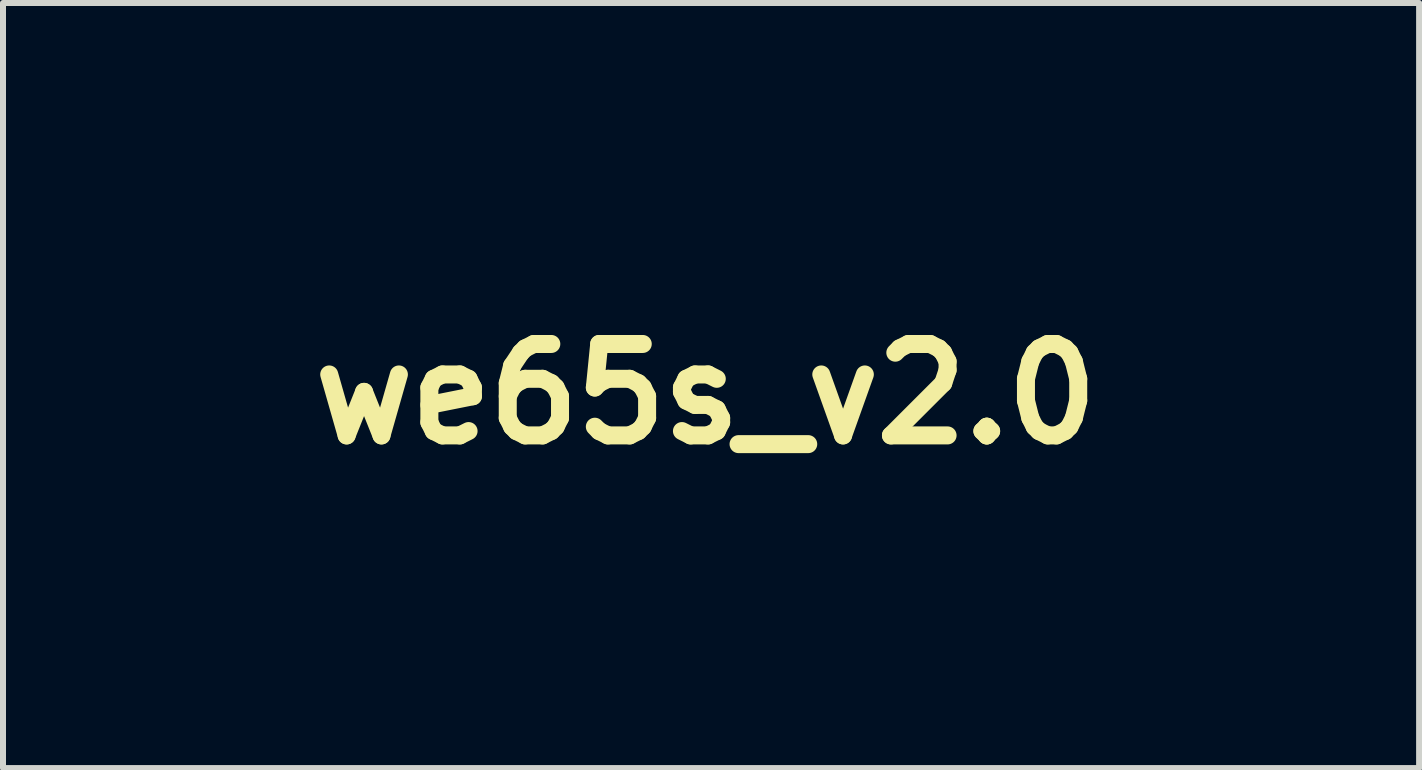
<source format=kicad_pcb>
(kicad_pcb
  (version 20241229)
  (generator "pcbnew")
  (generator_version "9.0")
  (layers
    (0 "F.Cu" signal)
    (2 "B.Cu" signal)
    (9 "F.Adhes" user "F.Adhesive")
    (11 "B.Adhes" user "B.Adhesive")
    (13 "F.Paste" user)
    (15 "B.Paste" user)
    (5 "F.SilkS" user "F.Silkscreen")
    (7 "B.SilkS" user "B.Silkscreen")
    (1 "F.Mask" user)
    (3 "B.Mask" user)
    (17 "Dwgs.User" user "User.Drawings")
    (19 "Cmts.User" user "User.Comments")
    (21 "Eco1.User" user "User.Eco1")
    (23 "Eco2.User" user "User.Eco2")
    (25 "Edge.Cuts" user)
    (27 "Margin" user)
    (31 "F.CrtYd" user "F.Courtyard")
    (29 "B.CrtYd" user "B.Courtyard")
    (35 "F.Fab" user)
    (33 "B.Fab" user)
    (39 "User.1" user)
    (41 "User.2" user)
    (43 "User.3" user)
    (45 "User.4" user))
  (footprint "we65s_v2.0"
    (layer "F.Cu")
    (at 8.714 3.517)
    (property "Reference" "we65s_v2.0" (at 0 0 0) (layer "F.SilkS") (effects (font (size 1.524 1.524) (thickness 0.3))))
    (attr through_hole)
    (fp_poly (pts (xy 5.361 1.966) (xy 5.548 1.966) (xy 5.548 2.247) (xy 4.846 2.247) (xy 4.846 1.966) (xy 5.058 1.966) (xy 5.051 1.691) (xy 5.045 1.416) (xy 4.869 1.402) (xy 4.869 1.147) (xy 5.361 1.147) (xy 5.361 1.966)) (stroke (width 0.01) (type solid)) (fill yes) (layer "F.Mask"))
    (fp_poly (pts (xy -6.382 1.962) (xy -6.327 2.011) (xy -6.301 2.077) (xy -6.306 2.149) (xy -6.349 2.214) (xy -6.359 2.222) (xy -6.433 2.264) (xy -6.5 2.261) (xy -6.568 2.213) (xy -6.568 2.213) (xy -6.615 2.146) (xy -6.618 2.079) (xy -6.577 2.005) (xy -6.577 2.005) (xy -6.512 1.953) (xy -6.459 1.943) (xy -6.382 1.962)) (stroke (width 0.01) (type solid)) (fill yes) (layer "F.Mask"))
    (fp_poly (pts (xy 1.232 -1.663) (xy 1.267 -1.654) (xy 1.415 -1.589) (xy 1.535 -1.493) (xy 1.625 -1.372) (xy 1.684 -1.234) (xy 1.709 -1.087) (xy 1.7 -0.936) (xy 1.655 -0.789) (xy 1.572 -0.654) (xy 1.499 -0.577) (xy 1.395 -0.496) (xy 1.293 -0.447) (xy 1.174 -0.425) (xy 1.082 -0.421) (xy 0.971 -0.427) (xy 0.882 -0.447) (xy 0.801 -0.482) (xy 0.659 -0.577) (xy 0.553 -0.7) (xy 0.485 -0.848) (xy 0.459 -1.016) (xy 0.459 -1.03) (xy 0.469 -1.183) (xy 0.506 -1.308) (xy 0.575 -1.42) (xy 0.617 -1.469) (xy 0.751 -1.584) (xy 0.9 -1.656) (xy 1.061 -1.682) (xy 1.232 -1.663)) (stroke (width 0.01) (type solid)) (fill yes) (layer "F.Mask"))
    (fp_poly (pts (xy 8.366 1.432) (xy 8.474 1.488) (xy 8.555 1.574) (xy 8.564 1.589) (xy 8.586 1.634) (xy 8.601 1.682) (xy 8.61 1.744) (xy 8.614 1.83) (xy 8.615 1.952) (xy 8.615 1.964) (xy 8.615 2.247) (xy 8.311 2.247) (xy 8.311 1.995) (xy 8.309 1.868) (xy 8.301 1.781) (xy 8.286 1.727) (xy 8.26 1.698) (xy 8.22 1.687) (xy 8.194 1.686) (xy 8.146 1.69) (xy 8.113 1.71) (xy 8.092 1.75) (xy 8.081 1.82) (xy 8.077 1.925) (xy 8.076 1.995) (xy 8.076 2.247) (xy 7.768 2.247) (xy 7.776 1.945) (xy 7.782 1.798) (xy 7.793 1.69) (xy 7.814 1.611) (xy 7.847 1.553) (xy 7.897 1.507) (xy 7.967 1.466) (xy 7.983 1.457) (xy 8.111 1.414) (xy 8.242 1.406) (xy 8.366 1.432)) (stroke (width 0.01) (type solid)) (fill yes) (layer "F.Mask"))
    (fp_poly (pts (xy -7.07 1.152) (xy -6.959 1.169) (xy -6.877 1.202) (xy -6.817 1.254) (xy -6.771 1.328) (xy -6.763 1.344) (xy -6.727 1.464) (xy -6.732 1.573) (xy -6.78 1.677) (xy -6.873 1.776) (xy -6.97 1.849) (xy -7.128 1.955) (xy -6.719 1.968) (xy -6.719 2.247) (xy -7.017 2.246) (xy -7.135 2.244) (xy -7.239 2.239) (xy -7.319 2.233) (xy -7.364 2.225) (xy -7.365 2.224) (xy -7.436 2.174) (xy -7.489 2.097) (xy -7.514 2.011) (xy -7.515 2) (xy -7.507 1.943) (xy -7.479 1.887) (xy -7.426 1.828) (xy -7.342 1.757) (xy -7.234 1.678) (xy -7.128 1.595) (xy -7.066 1.528) (xy -7.049 1.476) (xy -7.076 1.438) (xy -7.147 1.415) (xy -7.263 1.405) (xy -7.297 1.405) (xy -7.468 1.405) (xy -7.468 1.147) (xy -7.219 1.147) (xy -7.07 1.152)) (stroke (width 0.01) (type solid)) (fill yes) (layer "F.Mask"))
    (fp_poly (pts (xy 2.411 1.152) (xy 2.523 1.169) (xy 2.604 1.202) (xy 2.664 1.254) (xy 2.711 1.328) (xy 2.718 1.344) (xy 2.755 1.464) (xy 2.749 1.573) (xy 2.701 1.677) (xy 2.608 1.776) (xy 2.511 1.849) (xy 2.353 1.955) (xy 2.762 1.968) (xy 2.762 2.247) (xy 2.464 2.246) (xy 2.346 2.244) (xy 2.242 2.239) (xy 2.162 2.233) (xy 2.118 2.225) (xy 2.116 2.224) (xy 2.046 2.174) (xy 1.992 2.097) (xy 1.967 2.011) (xy 1.966 2) (xy 1.975 1.943) (xy 2.002 1.887) (xy 2.055 1.828) (xy 2.139 1.757) (xy 2.247 1.678) (xy 2.353 1.595) (xy 2.415 1.528) (xy 2.432 1.476) (xy 2.406 1.438) (xy 2.334 1.415) (xy 2.218 1.405) (xy 2.184 1.405) (xy 2.013 1.405) (xy 2.013 1.147) (xy 2.262 1.147) (xy 2.411 1.152)) (stroke (width 0.01) (type solid)) (fill yes) (layer "F.Mask"))
    (fp_poly (pts (xy 4.378 1.152) (xy 4.489 1.169) (xy 4.571 1.202) (xy 4.63 1.254) (xy 4.677 1.328) (xy 4.684 1.344) (xy 4.721 1.464) (xy 4.716 1.573) (xy 4.668 1.677) (xy 4.575 1.776) (xy 4.477 1.849) (xy 4.319 1.955) (xy 4.524 1.962) (xy 4.729 1.968) (xy 4.729 2.247) (xy 4.43 2.246) (xy 4.313 2.244) (xy 4.208 2.239) (xy 4.129 2.233) (xy 4.084 2.225) (xy 4.082 2.224) (xy 4.012 2.174) (xy 3.958 2.097) (xy 3.933 2.011) (xy 3.933 2) (xy 3.941 1.943) (xy 3.969 1.887) (xy 4.022 1.828) (xy 4.105 1.757) (xy 4.214 1.678) (xy 4.32 1.595) (xy 4.381 1.528) (xy 4.399 1.476) (xy 4.372 1.438) (xy 4.301 1.415) (xy 4.185 1.405) (xy 4.151 1.405) (xy 3.98 1.405) (xy 3.98 1.147) (xy 4.229 1.147) (xy 4.378 1.152)) (stroke (width 0.01) (type solid)) (fill yes) (layer "F.Mask"))
    (fp_poly (pts (xy 6.597 1.773) (xy 6.595 1.962) (xy 6.592 2.111) (xy 6.589 2.224) (xy 6.584 2.307) (xy 6.578 2.367) (xy 6.57 2.409) (xy 6.56 2.439) (xy 6.547 2.463) (xy 6.544 2.467) (xy 6.467 2.542) (xy 6.367 2.585) (xy 6.256 2.595) (xy 6.149 2.569) (xy 6.117 2.553) (xy 6.05 2.501) (xy 6.011 2.438) (xy 5.995 2.352) (xy 5.993 2.291) (xy 5.999 2.254) (xy 6.214 2.254) (xy 6.227 2.298) (xy 6.261 2.314) (xy 6.27 2.313) (xy 6.295 2.295) (xy 6.309 2.249) (xy 6.316 2.179) (xy 6.319 2.107) (xy 6.315 2.075) (xy 6.302 2.072) (xy 6.285 2.084) (xy 6.243 2.135) (xy 6.219 2.196) (xy 6.214 2.254) (xy 5.999 2.254) (xy 6.015 2.139) (xy 6.083 2) (xy 6.194 1.876) (xy 6.297 1.785) (xy 6.297 1.405) (xy 6.087 1.405) (xy 6.087 1.147) (xy 6.604 1.147) (xy 6.597 1.773)) (stroke (width 0.01) (type solid)) (fill yes) (layer "F.Mask"))
    (fp_poly (pts (xy 7.275 1.416) (xy 7.401 1.457) (xy 7.507 1.528) (xy 7.585 1.624) (xy 7.607 1.669) (xy 7.617 1.72) (xy 7.625 1.804) (xy 7.63 1.909) (xy 7.632 1.991) (xy 7.632 2.247) (xy 7.491 2.247) (xy 7.413 2.246) (xy 7.371 2.24) (xy 7.354 2.223) (xy 7.351 2.19) (xy 7.351 2.184) (xy 7.351 2.122) (xy 7.282 2.187) (xy 7.19 2.246) (xy 7.081 2.266) (xy 6.97 2.247) (xy 6.929 2.229) (xy 6.83 2.151) (xy 6.764 2.049) (xy 6.73 1.933) (xy 6.728 1.832) (xy 7.033 1.832) (xy 7.046 1.905) (xy 7.09 1.968) (xy 7.154 1.997) (xy 7.224 1.989) (xy 7.286 1.945) (xy 7.293 1.935) (xy 7.323 1.861) (xy 7.317 1.787) (xy 7.282 1.726) (xy 7.222 1.69) (xy 7.187 1.686) (xy 7.108 1.705) (xy 7.055 1.757) (xy 7.033 1.832) (xy 6.728 1.832) (xy 6.728 1.81) (xy 6.756 1.69) (xy 6.814 1.581) (xy 6.9 1.492) (xy 7.004 1.436) (xy 7.14 1.408) (xy 7.275 1.416)) (stroke (width 0.01) (type solid)) (fill yes) (layer "F.Mask"))
    (fp_poly (pts (xy 6.578 -2.646) (xy 6.034 -2.64) (xy 5.49 -2.634) (xy 5.483 -2.49) (xy 5.476 -2.347) (xy 5.764 -2.337) (xy 5.89 -2.332) (xy 5.981 -2.325) (xy 6.052 -2.313) (xy 6.114 -2.295) (xy 6.18 -2.267) (xy 6.208 -2.254) (xy 6.392 -2.146) (xy 6.538 -2.01) (xy 6.645 -1.85) (xy 6.713 -1.667) (xy 6.737 -1.501) (xy 6.728 -1.284) (xy 6.677 -1.087) (xy 6.585 -0.91) (xy 6.453 -0.757) (xy 6.284 -0.631) (xy 6.183 -0.577) (xy 6.028 -0.503) (xy 4.565 -0.489) (xy 4.565 -1.217) (xy 5.133 -1.217) (xy 5.315 -1.218) (xy 5.456 -1.219) (xy 5.564 -1.222) (xy 5.643 -1.226) (xy 5.7 -1.233) (xy 5.742 -1.243) (xy 5.774 -1.255) (xy 5.781 -1.258) (xy 5.861 -1.32) (xy 5.9 -1.399) (xy 5.896 -1.49) (xy 5.886 -1.517) (xy 5.864 -1.561) (xy 5.834 -1.595) (xy 5.792 -1.62) (xy 5.73 -1.638) (xy 5.645 -1.65) (xy 5.53 -1.658) (xy 5.379 -1.661) (xy 5.187 -1.662) (xy 4.682 -1.662) (xy 4.682 -3.371) (xy 6.578 -3.371) (xy 6.578 -2.646)) (stroke (width 0.01) (type solid)) (fill yes) (layer "F.Mask"))
    (fp_poly (pts (xy 8.514 -0.056) (xy 8.613 0.041) (xy 8.67 0.15) (xy 8.684 0.265) (xy 8.656 0.378) (xy 8.586 0.484) (xy 8.544 0.524) (xy 8.471 0.585) (xy -8.424 0.585) (xy -8.497 0.524) (xy -8.554 0.466) (xy -8.6 0.404) (xy -8.604 0.396) (xy -8.635 0.289) (xy -8.628 0.174) (xy -8.587 0.065) (xy -8.516 -0.025) (xy -8.471 -0.059) (xy -8.464 -0.063) (xy -8.455 -0.067) (xy -8.444 -0.07) (xy -8.428 -0.074) (xy -8.408 -0.077) (xy -8.38 -0.08) (xy -8.343 -0.083) (xy -8.297 -0.085) (xy -8.24 -0.087) (xy -8.17 -0.09) (xy -8.085 -0.092) (xy -7.985 -0.093) (xy -7.868 -0.095) (xy -7.732 -0.097) (xy -7.577 -0.098) (xy -7.4 -0.099) (xy -7.2 -0.1) (xy -6.976 -0.101) (xy -6.727 -0.102) (xy -6.45 -0.103) (xy -6.144 -0.103) (xy -5.809 -0.104) (xy -5.442 -0.104) (xy -5.043 -0.104) (xy -4.608 -0.105) (xy -4.139 -0.105) (xy -3.632 -0.105) (xy -3.086 -0.105) (xy -2.5 -0.105) (xy -1.873 -0.105) (xy -1.203 -0.105) (xy -0.488 -0.105) (xy 8.448 -0.105) (xy 8.514 -0.056)) (stroke (width 0.01) (type solid)) (fill yes) (layer "F.Mask"))
    (fp_poly (pts (xy -7.691 1.429) (xy -7.633 1.431) (xy -7.608 1.434) (xy -7.608 1.435) (xy -7.616 1.462) (xy -7.636 1.525) (xy -7.665 1.613) (xy -7.7 1.717) (xy -7.739 1.829) (xy -7.777 1.938) (xy -7.812 2.036) (xy -7.84 2.114) (xy -7.858 2.162) (xy -7.862 2.17) (xy -7.907 2.215) (xy -7.98 2.251) (xy -8.062 2.269) (xy -8.086 2.27) (xy -8.143 2.258) (xy -8.197 2.235) (xy -8.247 2.197) (xy -8.275 2.16) (xy -8.288 2.126) (xy -8.312 2.058) (xy -8.343 1.968) (xy -8.379 1.862) (xy -8.416 1.752) (xy -8.452 1.646) (xy -8.483 1.552) (xy -8.507 1.481) (xy -8.52 1.44) (xy -8.521 1.435) (xy -8.5 1.431) (xy -8.444 1.429) (xy -8.364 1.428) (xy -8.359 1.428) (xy -8.271 1.43) (xy -8.219 1.437) (xy -8.193 1.453) (xy -8.185 1.469) (xy -8.175 1.509) (xy -8.158 1.582) (xy -8.137 1.677) (xy -8.123 1.74) (xy -8.101 1.835) (xy -8.081 1.908) (xy -8.066 1.951) (xy -8.061 1.958) (xy -8.051 1.932) (xy -8.035 1.871) (xy -8.015 1.785) (xy -8.005 1.74) (xy -7.983 1.641) (xy -7.964 1.554) (xy -7.951 1.494) (xy -7.948 1.481) (xy -7.937 1.453) (xy -7.915 1.437) (xy -7.869 1.43) (xy -7.79 1.428) (xy -7.772 1.428) (xy -7.691 1.429)) (stroke (width 0.01) (type solid)) (fill yes) (layer "F.Mask"))
    (fp_poly (pts (xy 3.655 -2.919) (xy 3.353 -2.467) (xy 3.518 -2.438) (xy 3.718 -2.382) (xy 3.894 -2.29) (xy 4.043 -2.167) (xy 4.164 -2.018) (xy 4.254 -1.85) (xy 4.31 -1.666) (xy 4.331 -1.473) (xy 4.313 -1.276) (xy 4.254 -1.08) (xy 4.184 -0.94) (xy 4.066 -0.786) (xy 3.913 -0.659) (xy 3.732 -0.559) (xy 3.529 -0.489) (xy 3.309 -0.451) (xy 3.079 -0.447) (xy 2.845 -0.479) (xy 2.842 -0.48) (xy 2.628 -0.548) (xy 2.44 -0.651) (xy 2.284 -0.785) (xy 2.161 -0.946) (xy 2.074 -1.13) (xy 2.027 -1.333) (xy 2.024 -1.454) (xy 2.846 -1.454) (xy 2.875 -1.351) (xy 2.936 -1.267) (xy 3.022 -1.207) (xy 3.126 -1.176) (xy 3.241 -1.181) (xy 3.309 -1.203) (xy 3.41 -1.267) (xy 3.475 -1.357) (xy 3.501 -1.463) (xy 3.485 -1.578) (xy 3.466 -1.624) (xy 3.399 -1.716) (xy 3.31 -1.775) (xy 3.208 -1.801) (xy 3.103 -1.796) (xy 3.005 -1.76) (xy 2.922 -1.693) (xy 2.865 -1.598) (xy 2.856 -1.568) (xy 2.846 -1.454) (xy 2.024 -1.454) (xy 2.022 -1.551) (xy 2.024 -1.575) (xy 2.039 -1.69) (xy 2.062 -1.8) (xy 2.095 -1.91) (xy 2.142 -2.027) (xy 2.204 -2.156) (xy 2.284 -2.301) (xy 2.386 -2.469) (xy 2.51 -2.664) (xy 2.639 -2.858) (xy 2.981 -3.371) (xy 3.957 -3.371) (xy 3.655 -2.919)) (stroke (width 0.01) (type solid)) (fill yes) (layer "F.Mask"))
    (fp_poly (pts (xy -5.547 1.139) (xy -5.423 1.188) (xy -5.328 1.27) (xy -5.31 1.293) (xy -5.288 1.327) (xy -5.273 1.363) (xy -5.263 1.41) (xy -5.258 1.477) (xy -5.256 1.574) (xy -5.256 1.687) (xy -5.256 1.816) (xy -5.258 1.906) (xy -5.263 1.969) (xy -5.273 2.013) (xy -5.29 2.047) (xy -5.313 2.081) (xy -5.319 2.088) (xy -5.381 2.152) (xy -5.456 2.205) (xy -5.471 2.213) (xy -5.57 2.246) (xy -5.687 2.262) (xy -5.799 2.26) (xy -5.86 2.248) (xy -5.961 2.198) (xy -6.052 2.121) (xy -6.116 2.033) (xy -6.118 2.029) (xy -6.141 1.95) (xy -6.155 1.84) (xy -6.16 1.712) (xy -6.16 1.689) (xy -5.853 1.689) (xy -5.851 1.785) (xy -5.844 1.848) (xy -5.829 1.89) (xy -5.803 1.924) (xy -5.795 1.932) (xy -5.746 1.972) (xy -5.703 1.99) (xy -5.7 1.99) (xy -5.659 1.974) (xy -5.61 1.936) (xy -5.606 1.932) (xy -5.576 1.898) (xy -5.559 1.859) (xy -5.551 1.803) (xy -5.548 1.716) (xy -5.548 1.689) (xy -5.555 1.561) (xy -5.577 1.474) (xy -5.616 1.422) (xy -5.676 1.4) (xy -5.7 1.399) (xy -5.767 1.412) (xy -5.813 1.453) (xy -5.841 1.529) (xy -5.852 1.643) (xy -5.853 1.689) (xy -6.16 1.689) (xy -6.156 1.582) (xy -6.144 1.462) (xy -6.123 1.367) (xy -6.11 1.334) (xy -6.033 1.232) (xy -5.924 1.163) (xy -5.784 1.128) (xy -5.703 1.124) (xy -5.547 1.139)) (stroke (width 0.01) (type solid)) (fill yes) (layer "F.Mask"))
    (fp_poly (pts (xy 3.489 1.139) (xy 3.613 1.188) (xy 3.708 1.27) (xy 3.726 1.293) (xy 3.748 1.327) (xy 3.763 1.363) (xy 3.773 1.41) (xy 3.778 1.477) (xy 3.78 1.574) (xy 3.781 1.687) (xy 3.78 1.816) (xy 3.778 1.906) (xy 3.773 1.969) (xy 3.763 2.013) (xy 3.747 2.047) (xy 3.723 2.081) (xy 3.718 2.088) (xy 3.655 2.152) (xy 3.58 2.205) (xy 3.566 2.213) (xy 3.466 2.246) (xy 3.35 2.262) (xy 3.238 2.26) (xy 3.176 2.248) (xy 3.076 2.198) (xy 2.984 2.121) (xy 2.92 2.033) (xy 2.918 2.029) (xy 2.895 1.95) (xy 2.881 1.84) (xy 2.876 1.712) (xy 2.877 1.689) (xy 3.184 1.689) (xy 3.185 1.785) (xy 3.192 1.848) (xy 3.207 1.89) (xy 3.233 1.924) (xy 3.241 1.932) (xy 3.291 1.972) (xy 3.333 1.99) (xy 3.336 1.99) (xy 3.377 1.974) (xy 3.427 1.936) (xy 3.431 1.932) (xy 3.46 1.898) (xy 3.477 1.859) (xy 3.486 1.803) (xy 3.488 1.716) (xy 3.488 1.689) (xy 3.481 1.561) (xy 3.459 1.474) (xy 3.42 1.422) (xy 3.36 1.4) (xy 3.336 1.399) (xy 3.269 1.412) (xy 3.223 1.453) (xy 3.196 1.529) (xy 3.184 1.643) (xy 3.184 1.689) (xy 2.877 1.689) (xy 2.88 1.582) (xy 2.892 1.462) (xy 2.913 1.367) (xy 2.926 1.334) (xy 3.003 1.232) (xy 3.113 1.163) (xy 3.252 1.128) (xy 3.333 1.124) (xy 3.489 1.139)) (stroke (width 0.01) (type solid)) (fill yes) (layer "F.Mask"))
    (fp_poly (pts (xy 8.709 -2.061) (xy 8.237 -2.055) (xy 8.075 -2.052) (xy 7.954 -2.049) (xy 7.867 -2.045) (xy 7.808 -2.039) (xy 7.772 -2.031) (xy 7.75 -2.019) (xy 7.74 -2.007) (xy 7.726 -1.957) (xy 7.74 -1.925) (xy 7.757 -1.908) (xy 7.79 -1.895) (xy 7.845 -1.886) (xy 7.93 -1.878) (xy 8.054 -1.871) (xy 8.079 -1.87) (xy 8.203 -1.862) (xy 8.318 -1.852) (xy 8.411 -1.839) (xy 8.47 -1.827) (xy 8.474 -1.825) (xy 8.629 -1.748) (xy 8.747 -1.643) (xy 8.828 -1.51) (xy 8.872 -1.347) (xy 8.882 -1.208) (xy 8.871 -1.044) (xy 8.833 -0.909) (xy 8.763 -0.79) (xy 8.685 -0.702) (xy 8.63 -0.649) (xy 8.579 -0.606) (xy 8.526 -0.572) (xy 8.466 -0.547) (xy 8.393 -0.528) (xy 8.3 -0.515) (xy 8.181 -0.507) (xy 8.032 -0.501) (xy 7.846 -0.498) (xy 7.696 -0.496) (xy 7.023 -0.489) (xy 7.023 -1.053) (xy 7.541 -1.059) (xy 7.712 -1.061) (xy 7.841 -1.064) (xy 7.936 -1.068) (xy 8.001 -1.073) (xy 8.044 -1.08) (xy 8.069 -1.09) (xy 8.083 -1.103) (xy 8.086 -1.106) (xy 8.099 -1.157) (xy 8.086 -1.188) (xy 8.068 -1.206) (xy 8.034 -1.219) (xy 7.978 -1.228) (xy 7.89 -1.236) (xy 7.764 -1.243) (xy 7.758 -1.243) (xy 7.607 -1.253) (xy 7.492 -1.266) (xy 7.4 -1.284) (xy 7.324 -1.308) (xy 7.178 -1.388) (xy 7.064 -1.5) (xy 6.984 -1.64) (xy 6.94 -1.806) (xy 6.935 -1.988) (xy 6.969 -2.163) (xy 7.045 -2.317) (xy 7.16 -2.447) (xy 7.31 -2.549) (xy 7.325 -2.557) (xy 7.359 -2.573) (xy 7.394 -2.585) (xy 7.435 -2.595) (xy 7.49 -2.602) (xy 7.563 -2.607) (xy 7.661 -2.611) (xy 7.79 -2.614) (xy 7.957 -2.616) (xy 8.071 -2.617) (xy 8.709 -2.625) (xy 8.709 -2.061)) (stroke (width 0.01) (type solid)) (fill yes) (layer "F.Mask"))
    (fp_poly (pts (xy -1.082 -3.492) (xy -0.837 -3.434) (xy -0.615 -3.335) (xy -0.414 -3.196) (xy -0.314 -3.104) (xy -0.175 -2.945) (xy -0.07 -2.779) (xy 0.003 -2.597) (xy 0.048 -2.393) (xy 0.066 -2.16) (xy 0.064 -1.986) (xy 0.058 -1.872) (xy 0.051 -1.774) (xy 0.044 -1.702) (xy 0.037 -1.666) (xy 0.037 -1.664) (xy 0.014 -1.657) (xy -0.046 -1.651) (xy -0.144 -1.646) (xy -0.282 -1.643) (xy -0.463 -1.64) (xy -0.687 -1.639) (xy -0.879 -1.639) (xy -1.116 -1.639) (xy -1.31 -1.638) (xy -1.465 -1.637) (xy -1.584 -1.634) (xy -1.671 -1.629) (xy -1.729 -1.62) (xy -1.764 -1.609) (xy -1.777 -1.593) (xy -1.773 -1.572) (xy -1.757 -1.546) (xy -1.73 -1.513) (xy -1.716 -1.497) (xy -1.679 -1.455) (xy -1.641 -1.422) (xy -1.597 -1.396) (xy -1.541 -1.377) (xy -1.467 -1.363) (xy -1.37 -1.353) (xy -1.244 -1.347) (xy -1.083 -1.342) (xy -0.881 -1.339) (xy -0.86 -1.339) (xy -0.234 -1.33) (xy -0.234 -0.492) (xy -0.837 -0.494) (xy -1.009 -0.496) (xy -1.172 -0.499) (xy -1.319 -0.503) (xy -1.442 -0.507) (xy -1.532 -0.513) (xy -1.573 -0.517) (xy -1.84 -0.576) (xy -2.085 -0.669) (xy -2.306 -0.794) (xy -2.498 -0.948) (xy -2.657 -1.127) (xy -2.781 -1.328) (xy -2.865 -1.549) (xy -2.868 -1.562) (xy -2.887 -1.669) (xy -2.898 -1.808) (xy -2.902 -1.964) (xy -2.899 -2.123) (xy -2.892 -2.223) (xy -1.826 -2.223) (xy -0.948 -2.236) (xy -0.955 -2.318) (xy -0.982 -2.413) (xy -1.04 -2.509) (xy -1.117 -2.586) (xy -1.145 -2.605) (xy -1.269 -2.652) (xy -1.406 -2.661) (xy -1.544 -2.633) (xy -1.671 -2.568) (xy -1.73 -2.508) (xy -1.782 -2.421) (xy -1.817 -2.33) (xy -1.825 -2.276) (xy -1.826 -2.223) (xy -2.892 -2.223) (xy -2.888 -2.271) (xy -2.87 -2.393) (xy -2.867 -2.41) (xy -2.806 -2.604) (xy -2.719 -2.778) (xy -2.597 -2.945) (xy -2.493 -3.058) (xy -2.393 -3.155) (xy -2.306 -3.227) (xy -2.218 -3.285) (xy -2.114 -3.339) (xy -2.107 -3.343) (xy -1.871 -3.436) (xy -1.635 -3.491) (xy -1.381 -3.511) (xy -1.351 -3.512) (xy -1.082 -3.492)) (stroke (width 0.01) (type solid)) (fill yes) (layer "F.Mask"))
    (fp_poly (pts (xy 0.796 2.762) (xy 1.508 2.762) (xy 2.175 2.763) (xy 2.801 2.763) (xy 3.384 2.763) (xy 3.928 2.763) (xy 4.434 2.763) (xy 4.902 2.764) (xy 5.335 2.764) (xy 5.734 2.765) (xy 6.099 2.765) (xy 6.433 2.766) (xy 6.738 2.767) (xy 7.013 2.767) (xy 7.261 2.768) (xy 7.483 2.769) (xy 7.68 2.771) (xy 7.855 2.772) (xy 8.007 2.773) (xy 8.14 2.775) (xy 8.253 2.777) (xy 8.349 2.779) (xy 8.428 2.781) (xy 8.493 2.783) (xy 8.544 2.785) (xy 8.584 2.788) (xy 8.612 2.79) (xy 8.632 2.793) (xy 8.644 2.796) (xy 8.648 2.799) (xy 8.668 2.842) (xy 8.681 2.916) (xy 8.686 3.004) (xy 8.684 3.092) (xy 8.674 3.164) (xy 8.657 3.203) (xy 8.608 3.225) (xy 8.545 3.228) (xy 8.491 3.212) (xy 8.479 3.201) (xy 8.46 3.159) (xy 8.448 3.096) (xy 8.447 3.09) (xy 8.439 3.008) (xy -0.068 3.002) (xy -0.875 3.002) (xy -1.636 3.001) (xy -2.352 3) (xy -3.024 3) (xy -3.653 2.999) (xy -4.24 2.998) (xy -4.785 2.997) (xy -5.289 2.996) (xy -5.754 2.995) (xy -6.181 2.994) (xy -6.569 2.992) (xy -6.92 2.991) (xy -7.236 2.989) (xy -7.516 2.988) (xy -7.762 2.986) (xy -7.975 2.984) (xy -8.155 2.983) (xy -8.304 2.981) (xy -8.422 2.979) (xy -8.51 2.976) (xy -8.569 2.974) (xy -8.601 2.972) (xy -8.607 2.97) (xy -8.635 2.92) (xy -8.63 2.859) (xy -8.595 2.805) (xy -8.586 2.799) (xy -8.579 2.796) (xy -8.564 2.793) (xy -8.541 2.79) (xy -8.508 2.787) (xy -8.465 2.785) (xy -8.408 2.782) (xy -8.338 2.78) (xy -8.253 2.778) (xy -8.151 2.776) (xy -8.031 2.775) (xy -7.891 2.773) (xy -7.731 2.772) (xy -7.548 2.77) (xy -7.342 2.769) (xy -7.111 2.768) (xy -6.853 2.767) (xy -6.567 2.766) (xy -6.253 2.766) (xy -5.907 2.765) (xy -5.53 2.764) (xy -5.12 2.764) (xy -4.674 2.764) (xy -4.193 2.763) (xy -3.674 2.763) (xy -3.116 2.763) (xy -2.517 2.763) (xy -1.877 2.763) (xy -1.194 2.762) (xy -0.466 2.762) (xy 0.039 2.762) (xy 0.796 2.762)) (stroke (width 0.01) (type solid)) (fill yes) (layer "F.Mask"))
    (fp_poly (pts (xy -0.779 1.127) (xy -0.721 1.142) (xy -0.672 1.173) (xy -0.654 1.188) (xy -0.592 1.268) (xy -0.57 1.348) (xy -0.566 1.414) (xy -0.582 1.465) (xy -0.625 1.522) (xy -0.629 1.526) (xy -0.701 1.608) (xy -0.647 1.659) (xy -0.593 1.7) (xy -0.555 1.701) (xy -0.524 1.66) (xy -0.516 1.641) (xy -0.461 1.549) (xy -0.385 1.49) (xy -0.277 1.46) (xy -0.234 1.456) (xy -0.094 1.446) (xy -0.094 1.553) (xy -0.095 1.618) (xy -0.108 1.65) (xy -0.141 1.663) (xy -0.179 1.667) (xy -0.261 1.69) (xy -0.306 1.732) (xy -0.35 1.805) (xy -0.358 1.861) (xy -0.328 1.913) (xy -0.268 1.966) (xy -0.15 2.077) (xy -0.071 2.19) (xy -0.032 2.299) (xy -0.034 2.402) (xy -0.071 2.483) (xy -0.119 2.527) (xy -0.188 2.567) (xy -0.259 2.592) (xy -0.304 2.596) (xy -0.333 2.589) (xy -0.386 2.574) (xy -0.393 2.572) (xy -0.463 2.532) (xy -0.523 2.464) (xy -0.558 2.385) (xy -0.562 2.353) (xy -0.559 2.34) (xy -0.348 2.34) (xy -0.347 2.383) (xy -0.319 2.409) (xy -0.304 2.411) (xy -0.267 2.396) (xy -0.258 2.357) (xy -0.267 2.299) (xy -0.292 2.283) (xy -0.32 2.297) (xy -0.348 2.34) (xy -0.559 2.34) (xy -0.55 2.302) (xy -0.521 2.239) (xy -0.514 2.228) (xy -0.483 2.164) (xy -0.484 2.132) (xy -0.518 2.133) (xy -0.577 2.167) (xy -0.706 2.232) (xy -0.838 2.263) (xy -0.969 2.262) (xy -1.089 2.232) (xy -1.193 2.174) (xy -1.273 2.092) (xy -1.322 1.988) (xy -1.334 1.895) (xy -1.328 1.857) (xy -1.029 1.857) (xy -1.006 1.937) (xy -0.983 1.966) (xy -0.917 2.003) (xy -0.835 2.012) (xy -0.757 1.991) (xy -0.736 1.979) (xy -0.707 1.945) (xy -0.716 1.926) (xy -0.747 1.902) (xy -0.8 1.859) (xy -0.847 1.82) (xy -0.92 1.763) (xy -0.968 1.738) (xy -0.998 1.741) (xy -1.016 1.769) (xy -1.029 1.857) (xy -1.328 1.857) (xy -1.315 1.79) (xy -1.265 1.689) (xy -1.194 1.611) (xy -1.193 1.611) (xy -1.152 1.577) (xy -1.141 1.546) (xy -1.155 1.499) (xy -1.162 1.482) (xy -1.181 1.381) (xy -1.175 1.358) (xy -0.932 1.358) (xy -0.932 1.407) (xy -0.908 1.447) (xy -0.869 1.473) (xy -0.842 1.455) (xy -0.831 1.427) (xy -0.83 1.374) (xy -0.855 1.335) (xy -0.895 1.324) (xy -0.903 1.327) (xy -0.932 1.358) (xy -1.175 1.358) (xy -1.155 1.283) (xy -1.086 1.194) (xy -1.074 1.183) (xy -1.022 1.147) (xy -0.964 1.129) (xy -0.881 1.124) (xy -0.865 1.124) (xy -0.779 1.127)) (stroke (width 0.01) (type solid)) (fill yes) (layer "F.Mask"))
    (fp_poly (pts (xy -5.831 -3.501) (xy -5.682 -3.478) (xy -5.446 -3.406) (xy -5.244 -3.301) (xy -5.074 -3.163) (xy -4.935 -2.989) (xy -4.825 -2.78) (xy -4.816 -2.756) (xy -4.801 -2.715) (xy -4.789 -2.671) (xy -4.78 -2.617) (xy -4.772 -2.548) (xy -4.767 -2.456) (xy -4.762 -2.336) (xy -4.758 -2.181) (xy -4.754 -2.004) (xy -4.741 -1.374) (xy -4.676 -1.326) (xy -4.62 -1.295) (xy -4.568 -1.295) (xy -4.548 -1.301) (xy -4.519 -1.312) (xy -4.496 -1.326) (xy -4.476 -1.347) (xy -4.461 -1.38) (xy -4.449 -1.428) (xy -4.44 -1.495) (xy -4.434 -1.585) (xy -4.429 -1.704) (xy -4.427 -1.854) (xy -4.425 -2.04) (xy -4.425 -2.266) (xy -4.425 -2.441) (xy -4.425 -3.441) (xy -3.324 -3.441) (xy -3.324 -2.476) (xy -3.325 -2.258) (xy -3.327 -2.05) (xy -3.329 -1.859) (xy -3.333 -1.689) (xy -3.337 -1.547) (xy -3.342 -1.438) (xy -3.347 -1.369) (xy -3.348 -1.358) (xy -3.404 -1.146) (xy -3.498 -0.956) (xy -3.628 -0.791) (xy -3.791 -0.653) (xy -3.983 -0.545) (xy -4.201 -0.469) (xy -4.441 -0.429) (xy -4.59 -0.422) (xy -4.799 -0.436) (xy -5.007 -0.477) (xy -5.197 -0.541) (xy -5.263 -0.571) (xy -5.426 -0.676) (xy -5.572 -0.813) (xy -5.694 -0.972) (xy -5.783 -1.143) (xy -5.827 -1.283) (xy -5.834 -1.345) (xy -5.841 -1.446) (xy -5.847 -1.578) (xy -5.851 -1.734) (xy -5.852 -1.907) (xy -5.853 -1.969) (xy -5.853 -2.53) (xy -5.91 -2.588) (xy -5.983 -2.636) (xy -6.056 -2.638) (xy -6.126 -2.595) (xy -6.129 -2.591) (xy -6.146 -2.572) (xy -6.158 -2.549) (xy -6.167 -2.517) (xy -6.174 -2.469) (xy -6.177 -2.399) (xy -6.179 -2.3) (xy -6.18 -2.167) (xy -6.18 -2.012) (xy -6.182 -1.791) (xy -6.186 -1.61) (xy -6.195 -1.463) (xy -6.208 -1.342) (xy -6.226 -1.242) (xy -6.251 -1.155) (xy -6.282 -1.075) (xy -6.291 -1.055) (xy -6.359 -0.944) (xy -6.456 -0.826) (xy -6.571 -0.714) (xy -6.69 -0.62) (xy -6.758 -0.579) (xy -6.938 -0.504) (xy -7.145 -0.452) (xy -7.365 -0.426) (xy -7.584 -0.426) (xy -7.789 -0.455) (xy -7.805 -0.459) (xy -8.013 -0.529) (xy -8.205 -0.633) (xy -8.372 -0.764) (xy -8.508 -0.917) (xy -8.592 -1.06) (xy -8.619 -1.121) (xy -8.641 -1.185) (xy -8.659 -1.258) (xy -8.674 -1.342) (xy -8.685 -1.443) (xy -8.694 -1.566) (xy -8.7 -1.715) (xy -8.705 -1.895) (xy -8.707 -2.109) (xy -8.708 -2.363) (xy -8.708 -2.522) (xy -8.709 -3.441) (xy -7.608 -3.441) (xy -7.608 -1.402) (xy -7.551 -1.345) (xy -7.498 -1.305) (xy -7.447 -1.288) (xy -7.444 -1.288) (xy -7.395 -1.303) (xy -7.341 -1.342) (xy -7.338 -1.345) (xy -7.281 -1.402) (xy -7.281 -1.964) (xy -7.279 -2.146) (xy -7.276 -2.311) (xy -7.271 -2.453) (xy -7.264 -2.565) (xy -7.256 -2.638) (xy -7.254 -2.65) (xy -7.189 -2.848) (xy -7.082 -3.028) (xy -6.937 -3.186) (xy -6.758 -3.319) (xy -6.546 -3.424) (xy -6.491 -3.444) (xy -6.353 -3.48) (xy -6.186 -3.501) (xy -6.006 -3.508) (xy -5.831 -3.501)) (stroke (width 0.01) (type solid)) (fill yes) (layer "F.Mask")))
  (gr_rect
    (start -3 -3)
    (end 20.6 9.75)
    (stroke (width 0.1) (type default))
    (fill no)
    (layer "Edge.Cuts")))
</source>
